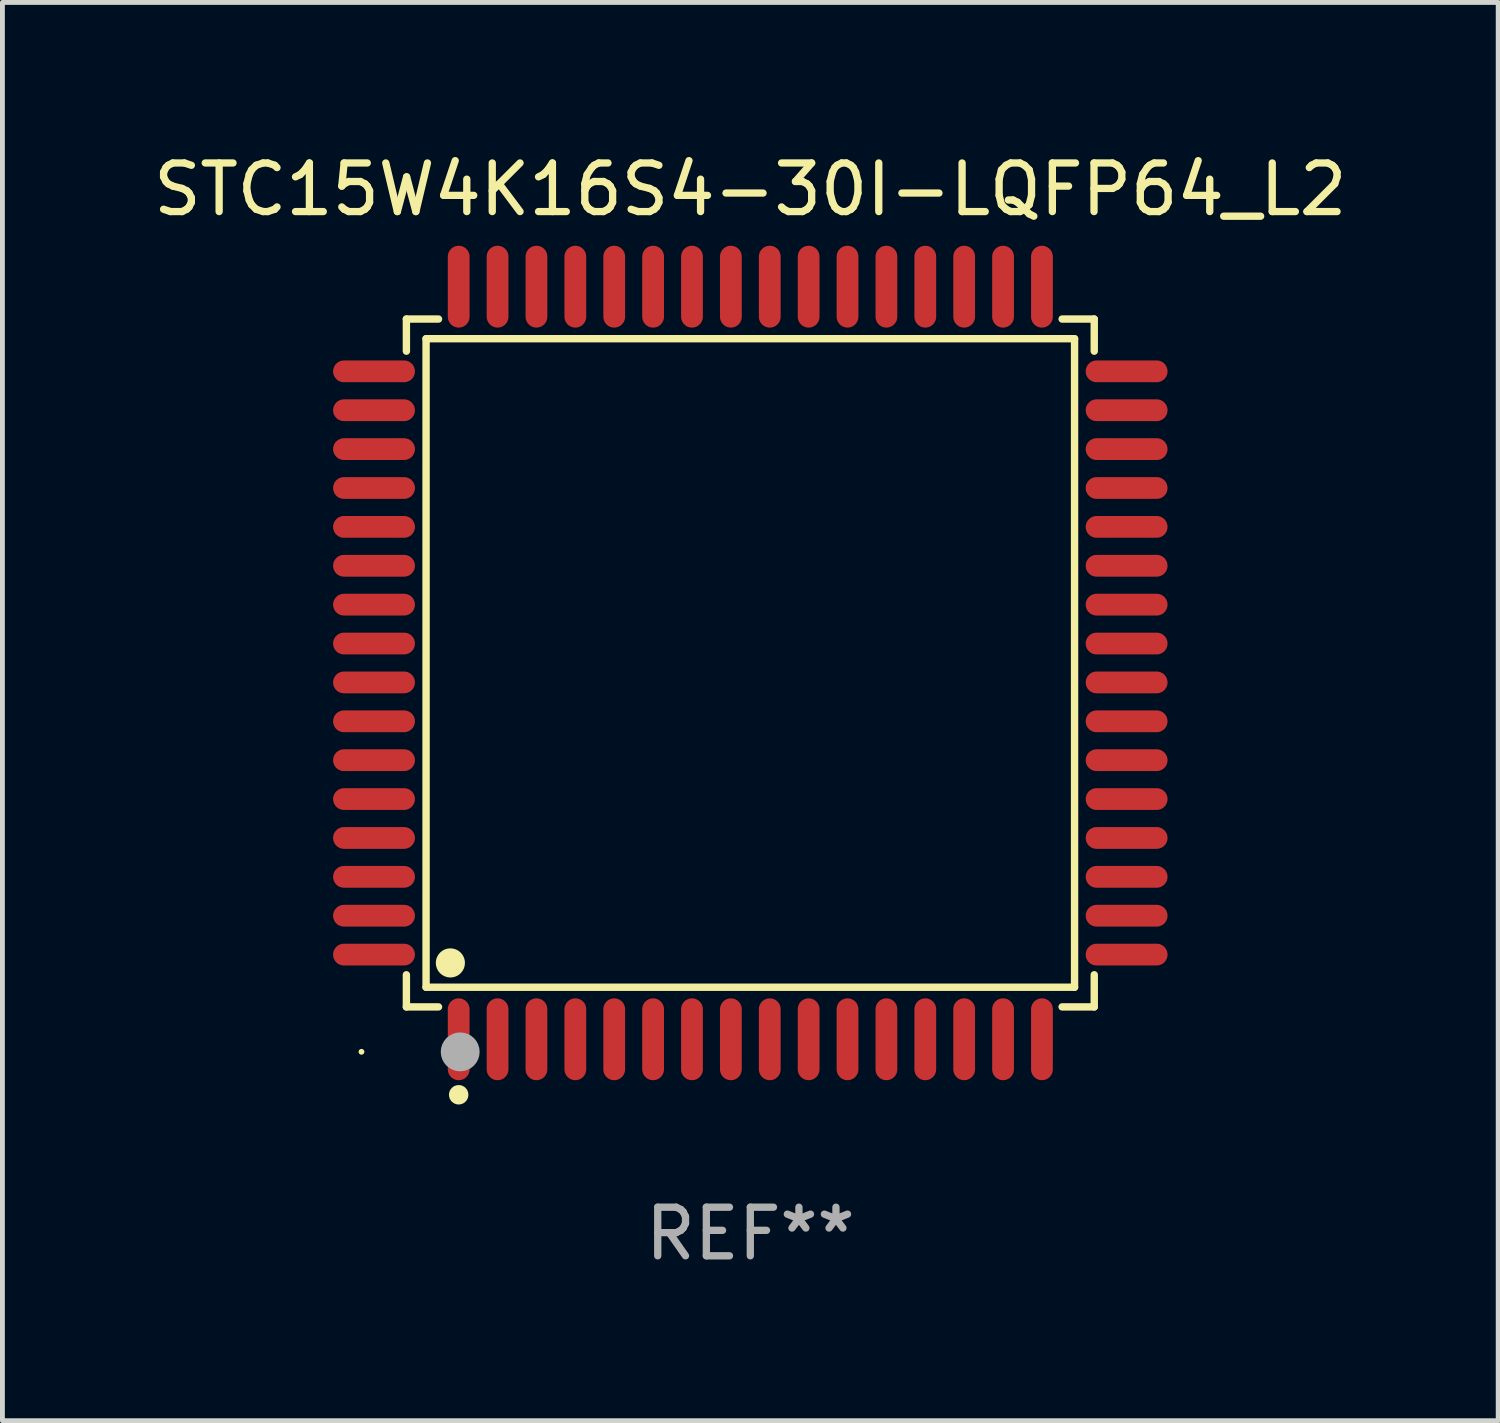
<source format=kicad_pcb>
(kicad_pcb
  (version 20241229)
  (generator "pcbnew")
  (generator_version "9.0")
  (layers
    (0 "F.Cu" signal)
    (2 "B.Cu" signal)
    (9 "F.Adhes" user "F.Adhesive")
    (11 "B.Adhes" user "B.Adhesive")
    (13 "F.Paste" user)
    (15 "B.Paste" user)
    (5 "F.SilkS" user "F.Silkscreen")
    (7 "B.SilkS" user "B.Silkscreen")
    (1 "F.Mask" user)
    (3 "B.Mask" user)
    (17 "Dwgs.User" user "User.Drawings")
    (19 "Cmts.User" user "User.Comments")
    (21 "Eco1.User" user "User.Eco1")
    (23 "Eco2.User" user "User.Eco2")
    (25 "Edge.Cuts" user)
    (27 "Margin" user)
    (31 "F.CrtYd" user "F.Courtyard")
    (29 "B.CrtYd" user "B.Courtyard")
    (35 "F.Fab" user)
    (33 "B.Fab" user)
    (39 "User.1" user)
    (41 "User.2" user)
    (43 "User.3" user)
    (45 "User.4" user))
  (footprint "STC15W4K16S4-30I-LQFP64_L2"
    (layer "F.Cu")
    (at 12.387 10.59)
    (property "Reference" "STC15W4K16S4-30I-LQFP64_L2" (at 0 -9.742 0) (layer "F.SilkS") (effects (font (size 1 1) (thickness 0.15))))
    (attr through_hole)
    (fp_line (start -7.076 -7.076) (end -6.415 -7.076) (stroke (width 0.152) (type solid)) (layer "F.SilkS"))
    (fp_line (start -7.076 -6.415) (end -7.076 -7.076) (stroke (width 0.152) (type solid)) (layer "F.SilkS"))
    (fp_line (start -7.076 6.415) (end -7.076 7.076) (stroke (width 0.152) (type solid)) (layer "F.SilkS"))
    (fp_line (start -7.076 7.076) (end -6.415 7.076) (stroke (width 0.152) (type solid)) (layer "F.SilkS"))
    (fp_line (start -6.671 -6.671) (end 6.671 -6.671) (stroke (width 0.152) (type solid)) (layer "F.SilkS"))
    (fp_line (start -6.671 6.671) (end -6.671 -6.671) (stroke (width 0.152) (type solid)) (layer "F.SilkS"))
    (fp_line (start 6.671 -6.671) (end 6.671 6.671) (stroke (width 0.152) (type solid)) (layer "F.SilkS"))
    (fp_line (start 6.671 6.671) (end -6.671 6.671) (stroke (width 0.152) (type solid)) (layer "F.SilkS"))
    (fp_line (start 7.076 -7.076) (end 6.415 -7.076) (stroke (width 0.152) (type solid)) (layer "F.SilkS"))
    (fp_line (start 7.076 -6.415) (end 7.076 -7.076) (stroke (width 0.152) (type solid)) (layer "F.SilkS"))
    (fp_line (start 7.076 6.415) (end 7.076 7.076) (stroke (width 0.152) (type solid)) (layer "F.SilkS"))
    (fp_line (start 7.076 7.076) (end 6.415 7.076) (stroke (width 0.152) (type solid)) (layer "F.SilkS"))
    (fp_circle (center -8 8) (end -7.97 8) (stroke (width 0.06) (type solid)) (fill no) (layer "F.SilkS"))
    (fp_circle (center -6.171 6.171) (end -6.021 6.171) (stroke (width 0.3) (type solid)) (fill no) (layer "F.SilkS"))
    (fp_circle (center -6 8.884) (end -5.9 8.884) (stroke (width 0.2) (type solid)) (fill no) (layer "F.SilkS"))
    (fp_circle (center -5.969 8.001) (end -5.769 8.001) (stroke (width 0.4) (type solid)) (fill no) (layer "F.Fab"))
    (fp_text user "REF**" (at 0 11.742 0) (layer "F.Fab") (effects (font (size 1 1) (thickness 0.15))))
    (pad "1" smd oval (at -6 7.742) (size 0.448 1.684) (layers "F.Cu" "F.Mask" "F.Paste"))
    (pad "2" smd oval (at -5.2 7.742) (size 0.448 1.684) (layers "F.Cu" "F.Mask" "F.Paste"))
    (pad "3" smd oval (at -4.4 7.742) (size 0.448 1.684) (layers "F.Cu" "F.Mask" "F.Paste"))
    (pad "4" smd oval (at -3.6 7.742) (size 0.448 1.684) (layers "F.Cu" "F.Mask" "F.Paste"))
    (pad "5" smd oval (at -2.8 7.742) (size 0.448 1.684) (layers "F.Cu" "F.Mask" "F.Paste"))
    (pad "6" smd oval (at -2 7.742) (size 0.448 1.684) (layers "F.Cu" "F.Mask" "F.Paste"))
    (pad "7" smd oval (at -1.2 7.742) (size 0.448 1.684) (layers "F.Cu" "F.Mask" "F.Paste"))
    (pad "8" smd oval (at -0.4 7.742) (size 0.448 1.684) (layers "F.Cu" "F.Mask" "F.Paste"))
    (pad "9" smd oval (at 0.4 7.742) (size 0.448 1.684) (layers "F.Cu" "F.Mask" "F.Paste"))
    (pad "10" smd oval (at 1.2 7.742) (size 0.448 1.684) (layers "F.Cu" "F.Mask" "F.Paste"))
    (pad "11" smd oval (at 2 7.742) (size 0.448 1.684) (layers "F.Cu" "F.Mask" "F.Paste"))
    (pad "12" smd oval (at 2.8 7.742) (size 0.448 1.684) (layers "F.Cu" "F.Mask" "F.Paste"))
    (pad "13" smd oval (at 3.6 7.742) (size 0.448 1.684) (layers "F.Cu" "F.Mask" "F.Paste"))
    (pad "14" smd oval (at 4.4 7.742) (size 0.448 1.684) (layers "F.Cu" "F.Mask" "F.Paste"))
    (pad "15" smd oval (at 5.2 7.742) (size 0.448 1.684) (layers "F.Cu" "F.Mask" "F.Paste"))
    (pad "16" smd oval (at 6 7.742) (size 0.448 1.684) (layers "F.Cu" "F.Mask" "F.Paste"))
    (pad "17" smd oval (at 7.742 6) (size 1.684 0.448) (layers "F.Cu" "F.Mask" "F.Paste"))
    (pad "18" smd oval (at 7.742 5.2) (size 1.684 0.448) (layers "F.Cu" "F.Mask" "F.Paste"))
    (pad "19" smd oval (at 7.742 4.4) (size 1.684 0.448) (layers "F.Cu" "F.Mask" "F.Paste"))
    (pad "20" smd oval (at 7.742 3.6) (size 1.684 0.448) (layers "F.Cu" "F.Mask" "F.Paste"))
    (pad "21" smd oval (at 7.742 2.8) (size 1.684 0.448) (layers "F.Cu" "F.Mask" "F.Paste"))
    (pad "22" smd oval (at 7.742 2) (size 1.684 0.448) (layers "F.Cu" "F.Mask" "F.Paste"))
    (pad "23" smd oval (at 7.742 1.2) (size 1.684 0.448) (layers "F.Cu" "F.Mask" "F.Paste"))
    (pad "24" smd oval (at 7.742 0.4) (size 1.684 0.448) (layers "F.Cu" "F.Mask" "F.Paste"))
    (pad "25" smd oval (at 7.742 -0.4) (size 1.684 0.448) (layers "F.Cu" "F.Mask" "F.Paste"))
    (pad "26" smd oval (at 7.742 -1.2) (size 1.684 0.448) (layers "F.Cu" "F.Mask" "F.Paste"))
    (pad "27" smd oval (at 7.742 -2) (size 1.684 0.448) (layers "F.Cu" "F.Mask" "F.Paste"))
    (pad "28" smd oval (at 7.742 -2.8) (size 1.684 0.448) (layers "F.Cu" "F.Mask" "F.Paste"))
    (pad "29" smd oval (at 7.742 -3.6) (size 1.684 0.448) (layers "F.Cu" "F.Mask" "F.Paste"))
    (pad "30" smd oval (at 7.742 -4.4) (size 1.684 0.448) (layers "F.Cu" "F.Mask" "F.Paste"))
    (pad "31" smd oval (at 7.742 -5.2) (size 1.684 0.448) (layers "F.Cu" "F.Mask" "F.Paste"))
    (pad "32" smd oval (at 7.742 -6) (size 1.684 0.448) (layers "F.Cu" "F.Mask" "F.Paste"))
    (pad "33" smd oval (at 6 -7.742) (size 0.448 1.684) (layers "F.Cu" "F.Mask" "F.Paste"))
    (pad "34" smd oval (at 5.2 -7.742) (size 0.448 1.684) (layers "F.Cu" "F.Mask" "F.Paste"))
    (pad "35" smd oval (at 4.4 -7.742) (size 0.448 1.684) (layers "F.Cu" "F.Mask" "F.Paste"))
    (pad "36" smd oval (at 3.6 -7.742) (size 0.448 1.684) (layers "F.Cu" "F.Mask" "F.Paste"))
    (pad "37" smd oval (at 2.8 -7.742) (size 0.448 1.684) (layers "F.Cu" "F.Mask" "F.Paste"))
    (pad "38" smd oval (at 2 -7.742) (size 0.448 1.684) (layers "F.Cu" "F.Mask" "F.Paste"))
    (pad "39" smd oval (at 1.2 -7.742) (size 0.448 1.684) (layers "F.Cu" "F.Mask" "F.Paste"))
    (pad "40" smd oval (at 0.4 -7.742) (size 0.448 1.684) (layers "F.Cu" "F.Mask" "F.Paste"))
    (pad "41" smd oval (at -0.4 -7.742) (size 0.448 1.684) (layers "F.Cu" "F.Mask" "F.Paste"))
    (pad "42" smd oval (at -1.2 -7.742) (size 0.448 1.684) (layers "F.Cu" "F.Mask" "F.Paste"))
    (pad "43" smd oval (at -2 -7.742) (size 0.448 1.684) (layers "F.Cu" "F.Mask" "F.Paste"))
    (pad "44" smd oval (at -2.8 -7.742) (size 0.448 1.684) (layers "F.Cu" "F.Mask" "F.Paste"))
    (pad "45" smd oval (at -3.6 -7.742) (size 0.448 1.684) (layers "F.Cu" "F.Mask" "F.Paste"))
    (pad "46" smd oval (at -4.4 -7.742) (size 0.448 1.684) (layers "F.Cu" "F.Mask" "F.Paste"))
    (pad "47" smd oval (at -5.2 -7.742) (size 0.448 1.684) (layers "F.Cu" "F.Mask" "F.Paste"))
    (pad "48" smd oval (at -6 -7.742) (size 0.448 1.684) (layers "F.Cu" "F.Mask" "F.Paste"))
    (pad "49" smd oval (at -7.742 -6) (size 1.684 0.448) (layers "F.Cu" "F.Mask" "F.Paste"))
    (pad "50" smd oval (at -7.742 -5.2) (size 1.684 0.448) (layers "F.Cu" "F.Mask" "F.Paste"))
    (pad "51" smd oval (at -7.742 -4.4) (size 1.684 0.448) (layers "F.Cu" "F.Mask" "F.Paste"))
    (pad "52" smd oval (at -7.742 -3.6) (size 1.684 0.448) (layers "F.Cu" "F.Mask" "F.Paste"))
    (pad "53" smd oval (at -7.742 -2.8) (size 1.684 0.448) (layers "F.Cu" "F.Mask" "F.Paste"))
    (pad "54" smd oval (at -7.742 -2) (size 1.684 0.448) (layers "F.Cu" "F.Mask" "F.Paste"))
    (pad "55" smd oval (at -7.742 -1.2) (size 1.684 0.448) (layers "F.Cu" "F.Mask" "F.Paste"))
    (pad "56" smd oval (at -7.742 -0.4) (size 1.684 0.448) (layers "F.Cu" "F.Mask" "F.Paste"))
    (pad "57" smd oval (at -7.742 0.4) (size 1.684 0.448) (layers "F.Cu" "F.Mask" "F.Paste"))
    (pad "58" smd oval (at -7.742 1.2) (size 1.684 0.448) (layers "F.Cu" "F.Mask" "F.Paste"))
    (pad "59" smd oval (at -7.742 2) (size 1.684 0.448) (layers "F.Cu" "F.Mask" "F.Paste"))
    (pad "60" smd oval (at -7.742 2.8) (size 1.684 0.448) (layers "F.Cu" "F.Mask" "F.Paste"))
    (pad "61" smd oval (at -7.742 3.6) (size 1.684 0.448) (layers "F.Cu" "F.Mask" "F.Paste"))
    (pad "62" smd oval (at -7.742 4.4) (size 1.684 0.448) (layers "F.Cu" "F.Mask" "F.Paste"))
    (pad "63" smd oval (at -7.742 5.2) (size 1.684 0.448) (layers "F.Cu" "F.Mask" "F.Paste"))
    (pad "64" smd oval (at -7.742 6) (size 1.684 0.448) (layers "F.Cu" "F.Mask" "F.Paste")))
  (gr_rect
    (start -3 -3)
    (end 27.774 26.18)
    (stroke (width 0.1) (type default))
    (fill no)
    (layer "Edge.Cuts")))
</source>
